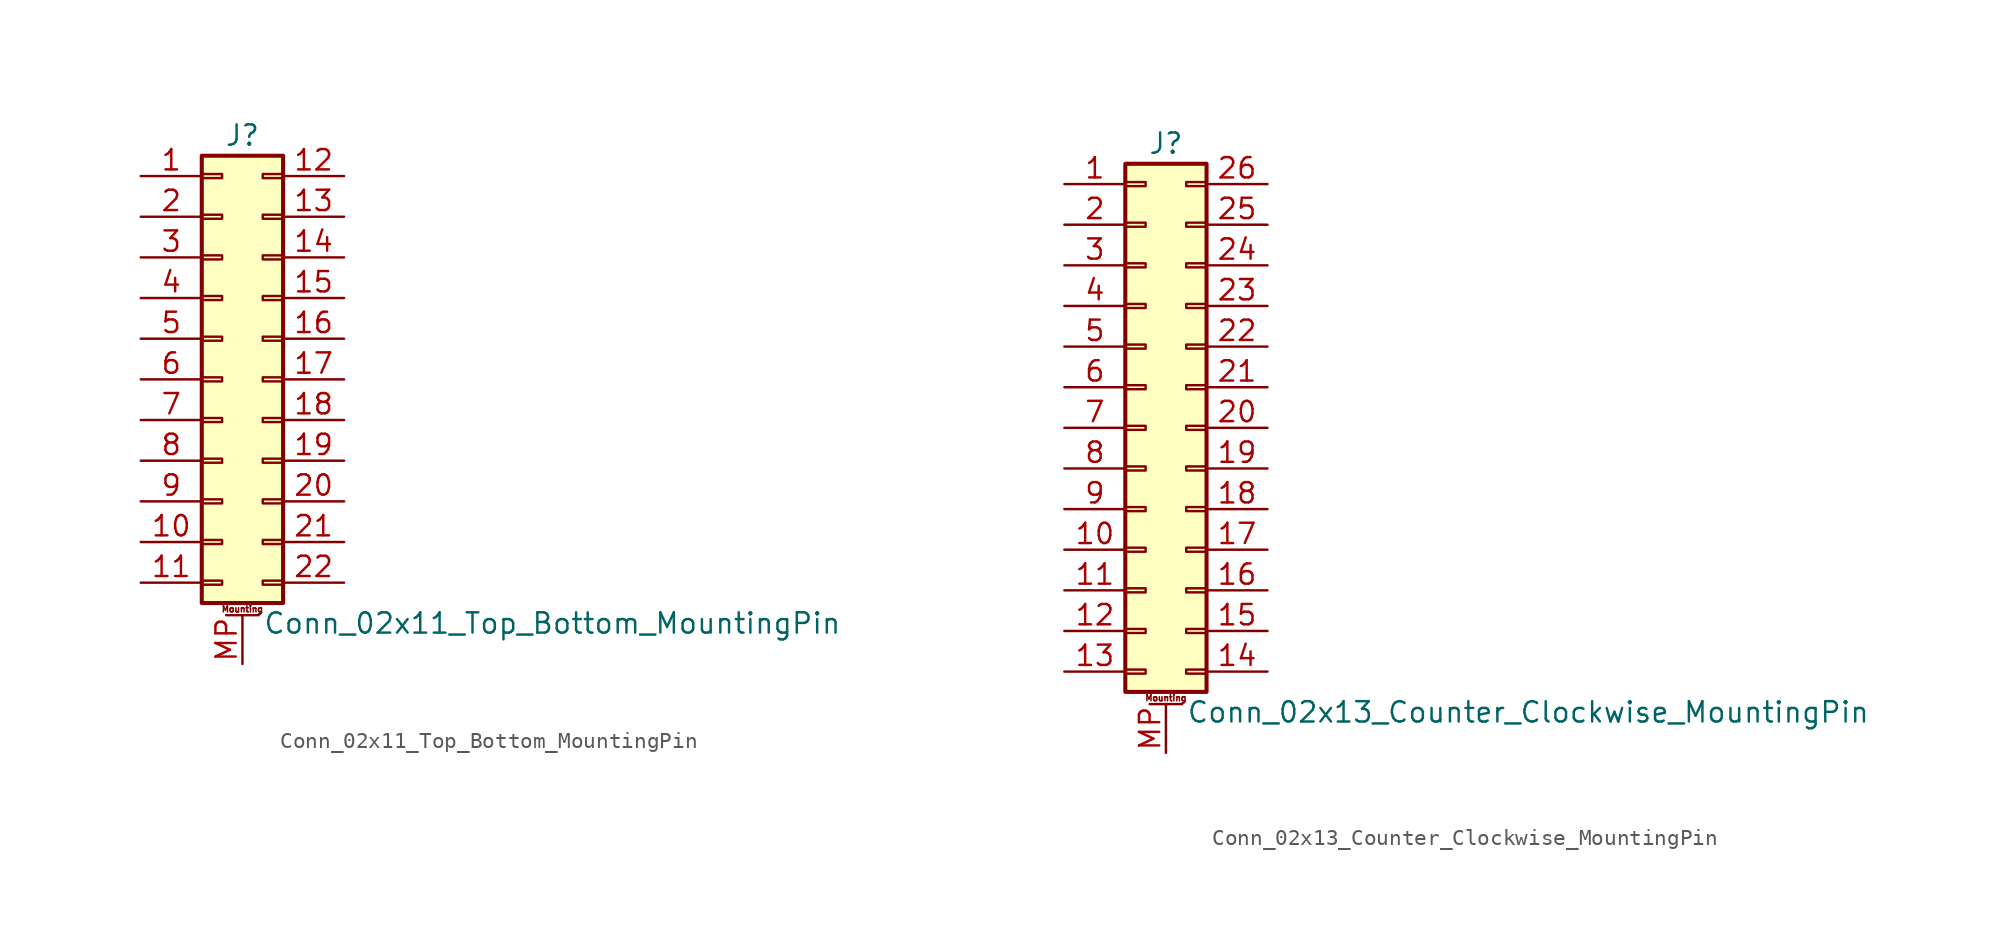
<source format=kicad_sym>
(kicad_symbol_lib
  (version 20211014)
  (generator kicad_symbol_editor)
  (symbol "Conn_02x11_Top_Bottom_MountingPin"
    (pin_names
      (offset 1.016) hide)
    (property "Reference" "J"
      (at 1.27 15.24 0)
      (effects (font (size 1.27 1.27))))
    (property "Value" "Conn_02x11_Top_Bottom_MountingPin"
      (at 2.54 -15.24 0)
      (effects (font (size 1.27 1.27)) (justify left)))
    (symbol "Conn_02x11_Top_Bottom_MountingPin_1_1"
      (rectangle (start -1.27 -12.573) (end 0 -12.827) (stroke (width 0.152) (type default) (color 0 0 0 0)) (fill (type none)))
      (rectangle (start -1.27 -10.033) (end 0 -10.287) (stroke (width 0.152) (type default) (color 0 0 0 0)) (fill (type none)))
      (rectangle (start -1.27 -7.493) (end 0 -7.747) (stroke (width 0.152) (type default) (color 0 0 0 0)) (fill (type none)))
      (rectangle (start -1.27 -4.953) (end 0 -5.207) (stroke (width 0.152) (type default) (color 0 0 0 0)) (fill (type none)))
      (rectangle (start -1.27 -2.413) (end 0 -2.667) (stroke (width 0.152) (type default) (color 0 0 0 0)) (fill (type none)))
      (rectangle (start -1.27 0.127) (end 0 -0.127) (stroke (width 0.152) (type default) (color 0 0 0 0)) (fill (type none)))
      (rectangle (start -1.27 2.667) (end 0 2.413) (stroke (width 0.152) (type default) (color 0 0 0 0)) (fill (type none)))
      (rectangle (start -1.27 5.207) (end 0 4.953) (stroke (width 0.152) (type default) (color 0 0 0 0)) (fill (type none)))
      (rectangle (start -1.27 7.747) (end 0 7.493) (stroke (width 0.152) (type default) (color 0 0 0 0)) (fill (type none)))
      (rectangle (start -1.27 10.287) (end 0 10.033) (stroke (width 0.152) (type default) (color 0 0 0 0)) (fill (type none)))
      (rectangle (start -1.27 12.827) (end 0 12.573) (stroke (width 0.152) (type default) (color 0 0 0 0)) (fill (type none)))
      (rectangle (start -1.27 13.97) (end 3.81 -13.97) (stroke (width 0.254) (type default) (color 0 0 0 0)) (fill (type background)))
      (polyline (pts (xy 0.254 -14.732) (xy 2.286 -14.732)) (stroke (width 0.152) (type default) (color 0 0 0 0)) (fill (type none)))
      (rectangle (start 3.81 -12.573) (end 2.54 -12.827) (stroke (width 0.152) (type default) (color 0 0 0 0)) (fill (type none)))
      (rectangle (start 3.81 -10.033) (end 2.54 -10.287) (stroke (width 0.152) (type default) (color 0 0 0 0)) (fill (type none)))
      (rectangle (start 3.81 -7.493) (end 2.54 -7.747) (stroke (width 0.152) (type default) (color 0 0 0 0)) (fill (type none)))
      (rectangle (start 3.81 -4.953) (end 2.54 -5.207) (stroke (width 0.152) (type default) (color 0 0 0 0)) (fill (type none)))
      (rectangle (start 3.81 -2.413) (end 2.54 -2.667) (stroke (width 0.152) (type default) (color 0 0 0 0)) (fill (type none)))
      (rectangle (start 3.81 0.127) (end 2.54 -0.127) (stroke (width 0.152) (type default) (color 0 0 0 0)) (fill (type none)))
      (rectangle (start 3.81 2.667) (end 2.54 2.413) (stroke (width 0.152) (type default) (color 0 0 0 0)) (fill (type none)))
      (rectangle (start 3.81 5.207) (end 2.54 4.953) (stroke (width 0.152) (type default) (color 0 0 0 0)) (fill (type none)))
      (rectangle (start 3.81 7.747) (end 2.54 7.493) (stroke (width 0.152) (type default) (color 0 0 0 0)) (fill (type none)))
      (rectangle (start 3.81 10.287) (end 2.54 10.033) (stroke (width 0.152) (type default) (color 0 0 0 0)) (fill (type none)))
      (rectangle (start 3.81 12.827) (end 2.54 12.573) (stroke (width 0.152) (type default) (color 0 0 0 0)) (fill (type none)))
      (text "Mounting" (at 1.27 -14.351 0) (effects (font (size 0.381 0.381))))
      (pin passive line (at -5.08 12.7 0) (length 3.81) (name "Pin_1" (effects (font (size 1.27 1.27)))) (number "1" (effects (font (size 1.27 1.27)))))
      (pin passive line (at -5.08 -10.16 0) (length 3.81) (name "Pin_10" (effects (font (size 1.27 1.27)))) (number "10" (effects (font (size 1.27 1.27)))))
      (pin passive line (at -5.08 -12.7 0) (length 3.81) (name "Pin_11" (effects (font (size 1.27 1.27)))) (number "11" (effects (font (size 1.27 1.27)))))
      (pin passive line (at 7.62 12.7 180) (length 3.81) (name "Pin_12" (effects (font (size 1.27 1.27)))) (number "12" (effects (font (size 1.27 1.27)))))
      (pin passive line (at 7.62 10.16 180) (length 3.81) (name "Pin_13" (effects (font (size 1.27 1.27)))) (number "13" (effects (font (size 1.27 1.27)))))
      (pin passive line (at 7.62 7.62 180) (length 3.81) (name "Pin_14" (effects (font (size 1.27 1.27)))) (number "14" (effects (font (size 1.27 1.27)))))
      (pin passive line (at 7.62 5.08 180) (length 3.81) (name "Pin_15" (effects (font (size 1.27 1.27)))) (number "15" (effects (font (size 1.27 1.27)))))
      (pin passive line (at 7.62 2.54 180) (length 3.81) (name "Pin_16" (effects (font (size 1.27 1.27)))) (number "16" (effects (font (size 1.27 1.27)))))
      (pin passive line (at 7.62 0 180) (length 3.81) (name "Pin_17" (effects (font (size 1.27 1.27)))) (number "17" (effects (font (size 1.27 1.27)))))
      (pin passive line (at 7.62 -2.54 180) (length 3.81) (name "Pin_18" (effects (font (size 1.27 1.27)))) (number "18" (effects (font (size 1.27 1.27)))))
      (pin passive line (at 7.62 -5.08 180) (length 3.81) (name "Pin_19" (effects (font (size 1.27 1.27)))) (number "19" (effects (font (size 1.27 1.27)))))
      (pin passive line (at -5.08 10.16 0) (length 3.81) (name "Pin_2" (effects (font (size 1.27 1.27)))) (number "2" (effects (font (size 1.27 1.27)))))
      (pin passive line (at 7.62 -7.62 180) (length 3.81) (name "Pin_20" (effects (font (size 1.27 1.27)))) (number "20" (effects (font (size 1.27 1.27)))))
      (pin passive line (at 7.62 -10.16 180) (length 3.81) (name "Pin_21" (effects (font (size 1.27 1.27)))) (number "21" (effects (font (size 1.27 1.27)))))
      (pin passive line (at 7.62 -12.7 180) (length 3.81) (name "Pin_22" (effects (font (size 1.27 1.27)))) (number "22" (effects (font (size 1.27 1.27)))))
      (pin passive line (at -5.08 7.62 0) (length 3.81) (name "Pin_3" (effects (font (size 1.27 1.27)))) (number "3" (effects (font (size 1.27 1.27)))))
      (pin passive line (at -5.08 5.08 0) (length 3.81) (name "Pin_4" (effects (font (size 1.27 1.27)))) (number "4" (effects (font (size 1.27 1.27)))))
      (pin passive line (at -5.08 2.54 0) (length 3.81) (name "Pin_5" (effects (font (size 1.27 1.27)))) (number "5" (effects (font (size 1.27 1.27)))))
      (pin passive line (at -5.08 0 0) (length 3.81) (name "Pin_6" (effects (font (size 1.27 1.27)))) (number "6" (effects (font (size 1.27 1.27)))))
      (pin passive line (at -5.08 -2.54 0) (length 3.81) (name "Pin_7" (effects (font (size 1.27 1.27)))) (number "7" (effects (font (size 1.27 1.27)))))
      (pin passive line (at -5.08 -5.08 0) (length 3.81) (name "Pin_8" (effects (font (size 1.27 1.27)))) (number "8" (effects (font (size 1.27 1.27)))))
      (pin passive line (at -5.08 -7.62 0) (length 3.81) (name "Pin_9" (effects (font (size 1.27 1.27)))) (number "9" (effects (font (size 1.27 1.27)))))
      (pin passive line (at 1.27 -17.78 90) (length 3.048) (name "MountPin" (effects (font (size 1.27 1.27)))) (number "MP" (effects (font (size 1.27 1.27)))))))
  (symbol "Conn_02x13_Counter_Clockwise_MountingPin"
    (pin_names
      (offset 1.016) hide)
    (property "Reference" "J"
      (at 1.27 17.78 0)
      (effects (font (size 1.27 1.27))))
    (property "Value" "Conn_02x13_Counter_Clockwise_MountingPin"
      (at 2.54 -17.78 0)
      (effects (font (size 1.27 1.27)) (justify left)))
    (symbol "Conn_02x13_Counter_Clockwise_MountingPin_1_1"
      (rectangle (start -1.27 -15.113) (end 0 -15.367) (stroke (width 0.152) (type default) (color 0 0 0 0)) (fill (type none)))
      (rectangle (start -1.27 -12.573) (end 0 -12.827) (stroke (width 0.152) (type default) (color 0 0 0 0)) (fill (type none)))
      (rectangle (start -1.27 -10.033) (end 0 -10.287) (stroke (width 0.152) (type default) (color 0 0 0 0)) (fill (type none)))
      (rectangle (start -1.27 -7.493) (end 0 -7.747) (stroke (width 0.152) (type default) (color 0 0 0 0)) (fill (type none)))
      (rectangle (start -1.27 -4.953) (end 0 -5.207) (stroke (width 0.152) (type default) (color 0 0 0 0)) (fill (type none)))
      (rectangle (start -1.27 -2.413) (end 0 -2.667) (stroke (width 0.152) (type default) (color 0 0 0 0)) (fill (type none)))
      (rectangle (start -1.27 0.127) (end 0 -0.127) (stroke (width 0.152) (type default) (color 0 0 0 0)) (fill (type none)))
      (rectangle (start -1.27 2.667) (end 0 2.413) (stroke (width 0.152) (type default) (color 0 0 0 0)) (fill (type none)))
      (rectangle (start -1.27 5.207) (end 0 4.953) (stroke (width 0.152) (type default) (color 0 0 0 0)) (fill (type none)))
      (rectangle (start -1.27 7.747) (end 0 7.493) (stroke (width 0.152) (type default) (color 0 0 0 0)) (fill (type none)))
      (rectangle (start -1.27 10.287) (end 0 10.033) (stroke (width 0.152) (type default) (color 0 0 0 0)) (fill (type none)))
      (rectangle (start -1.27 12.827) (end 0 12.573) (stroke (width 0.152) (type default) (color 0 0 0 0)) (fill (type none)))
      (rectangle (start -1.27 15.367) (end 0 15.113) (stroke (width 0.152) (type default) (color 0 0 0 0)) (fill (type none)))
      (rectangle (start -1.27 16.51) (end 3.81 -16.51) (stroke (width 0.254) (type default) (color 0 0 0 0)) (fill (type background)))
      (polyline (pts (xy 0.254 -17.272) (xy 2.286 -17.272)) (stroke (width 0.152) (type default) (color 0 0 0 0)) (fill (type none)))
      (rectangle (start 3.81 -15.113) (end 2.54 -15.367) (stroke (width 0.152) (type default) (color 0 0 0 0)) (fill (type none)))
      (rectangle (start 3.81 -12.573) (end 2.54 -12.827) (stroke (width 0.152) (type default) (color 0 0 0 0)) (fill (type none)))
      (rectangle (start 3.81 -10.033) (end 2.54 -10.287) (stroke (width 0.152) (type default) (color 0 0 0 0)) (fill (type none)))
      (rectangle (start 3.81 -7.493) (end 2.54 -7.747) (stroke (width 0.152) (type default) (color 0 0 0 0)) (fill (type none)))
      (rectangle (start 3.81 -4.953) (end 2.54 -5.207) (stroke (width 0.152) (type default) (color 0 0 0 0)) (fill (type none)))
      (rectangle (start 3.81 -2.413) (end 2.54 -2.667) (stroke (width 0.152) (type default) (color 0 0 0 0)) (fill (type none)))
      (rectangle (start 3.81 0.127) (end 2.54 -0.127) (stroke (width 0.152) (type default) (color 0 0 0 0)) (fill (type none)))
      (rectangle (start 3.81 2.667) (end 2.54 2.413) (stroke (width 0.152) (type default) (color 0 0 0 0)) (fill (type none)))
      (rectangle (start 3.81 5.207) (end 2.54 4.953) (stroke (width 0.152) (type default) (color 0 0 0 0)) (fill (type none)))
      (rectangle (start 3.81 7.747) (end 2.54 7.493) (stroke (width 0.152) (type default) (color 0 0 0 0)) (fill (type none)))
      (rectangle (start 3.81 10.287) (end 2.54 10.033) (stroke (width 0.152) (type default) (color 0 0 0 0)) (fill (type none)))
      (rectangle (start 3.81 12.827) (end 2.54 12.573) (stroke (width 0.152) (type default) (color 0 0 0 0)) (fill (type none)))
      (rectangle (start 3.81 15.367) (end 2.54 15.113) (stroke (width 0.152) (type default) (color 0 0 0 0)) (fill (type none)))
      (text "Mounting" (at 1.27 -16.891 0) (effects (font (size 0.381 0.381))))
      (pin passive line (at -5.08 15.24 0) (length 3.81) (name "Pin_1" (effects (font (size 1.27 1.27)))) (number "1" (effects (font (size 1.27 1.27)))))
      (pin passive line (at -5.08 -7.62 0) (length 3.81) (name "Pin_10" (effects (font (size 1.27 1.27)))) (number "10" (effects (font (size 1.27 1.27)))))
      (pin passive line (at -5.08 -10.16 0) (length 3.81) (name "Pin_11" (effects (font (size 1.27 1.27)))) (number "11" (effects (font (size 1.27 1.27)))))
      (pin passive line (at -5.08 -12.7 0) (length 3.81) (name "Pin_12" (effects (font (size 1.27 1.27)))) (number "12" (effects (font (size 1.27 1.27)))))
      (pin passive line (at -5.08 -15.24 0) (length 3.81) (name "Pin_13" (effects (font (size 1.27 1.27)))) (number "13" (effects (font (size 1.27 1.27)))))
      (pin passive line (at 7.62 -15.24 180) (length 3.81) (name "Pin_14" (effects (font (size 1.27 1.27)))) (number "14" (effects (font (size 1.27 1.27)))))
      (pin passive line (at 7.62 -12.7 180) (length 3.81) (name "Pin_15" (effects (font (size 1.27 1.27)))) (number "15" (effects (font (size 1.27 1.27)))))
      (pin passive line (at 7.62 -10.16 180) (length 3.81) (name "Pin_16" (effects (font (size 1.27 1.27)))) (number "16" (effects (font (size 1.27 1.27)))))
      (pin passive line (at 7.62 -7.62 180) (length 3.81) (name "Pin_17" (effects (font (size 1.27 1.27)))) (number "17" (effects (font (size 1.27 1.27)))))
      (pin passive line (at 7.62 -5.08 180) (length 3.81) (name "Pin_18" (effects (font (size 1.27 1.27)))) (number "18" (effects (font (size 1.27 1.27)))))
      (pin passive line (at 7.62 -2.54 180) (length 3.81) (name "Pin_19" (effects (font (size 1.27 1.27)))) (number "19" (effects (font (size 1.27 1.27)))))
      (pin passive line (at -5.08 12.7 0) (length 3.81) (name "Pin_2" (effects (font (size 1.27 1.27)))) (number "2" (effects (font (size 1.27 1.27)))))
      (pin passive line (at 7.62 0 180) (length 3.81) (name "Pin_20" (effects (font (size 1.27 1.27)))) (number "20" (effects (font (size 1.27 1.27)))))
      (pin passive line (at 7.62 2.54 180) (length 3.81) (name "Pin_21" (effects (font (size 1.27 1.27)))) (number "21" (effects (font (size 1.27 1.27)))))
      (pin passive line (at 7.62 5.08 180) (length 3.81) (name "Pin_22" (effects (font (size 1.27 1.27)))) (number "22" (effects (font (size 1.27 1.27)))))
      (pin passive line (at 7.62 7.62 180) (length 3.81) (name "Pin_23" (effects (font (size 1.27 1.27)))) (number "23" (effects (font (size 1.27 1.27)))))
      (pin passive line (at 7.62 10.16 180) (length 3.81) (name "Pin_24" (effects (font (size 1.27 1.27)))) (number "24" (effects (font (size 1.27 1.27)))))
      (pin passive line (at 7.62 12.7 180) (length 3.81) (name "Pin_25" (effects (font (size 1.27 1.27)))) (number "25" (effects (font (size 1.27 1.27)))))
      (pin passive line (at 7.62 15.24 180) (length 3.81) (name "Pin_26" (effects (font (size 1.27 1.27)))) (number "26" (effects (font (size 1.27 1.27)))))
      (pin passive line (at -5.08 10.16 0) (length 3.81) (name "Pin_3" (effects (font (size 1.27 1.27)))) (number "3" (effects (font (size 1.27 1.27)))))
      (pin passive line (at -5.08 7.62 0) (length 3.81) (name "Pin_4" (effects (font (size 1.27 1.27)))) (number "4" (effects (font (size 1.27 1.27)))))
      (pin passive line (at -5.08 5.08 0) (length 3.81) (name "Pin_5" (effects (font (size 1.27 1.27)))) (number "5" (effects (font (size 1.27 1.27)))))
      (pin passive line (at -5.08 2.54 0) (length 3.81) (name "Pin_6" (effects (font (size 1.27 1.27)))) (number "6" (effects (font (size 1.27 1.27)))))
      (pin passive line (at -5.08 0 0) (length 3.81) (name "Pin_7" (effects (font (size 1.27 1.27)))) (number "7" (effects (font (size 1.27 1.27)))))
      (pin passive line (at -5.08 -2.54 0) (length 3.81) (name "Pin_8" (effects (font (size 1.27 1.27)))) (number "8" (effects (font (size 1.27 1.27)))))
      (pin passive line (at -5.08 -5.08 0) (length 3.81) (name "Pin_9" (effects (font (size 1.27 1.27)))) (number "9" (effects (font (size 1.27 1.27)))))
      (pin passive line (at 1.27 -20.32 90) (length 3.048) (name "MountPin" (effects (font (size 1.27 1.27)))) (number "MP" (effects (font (size 1.27 1.27))))))))
</source>
